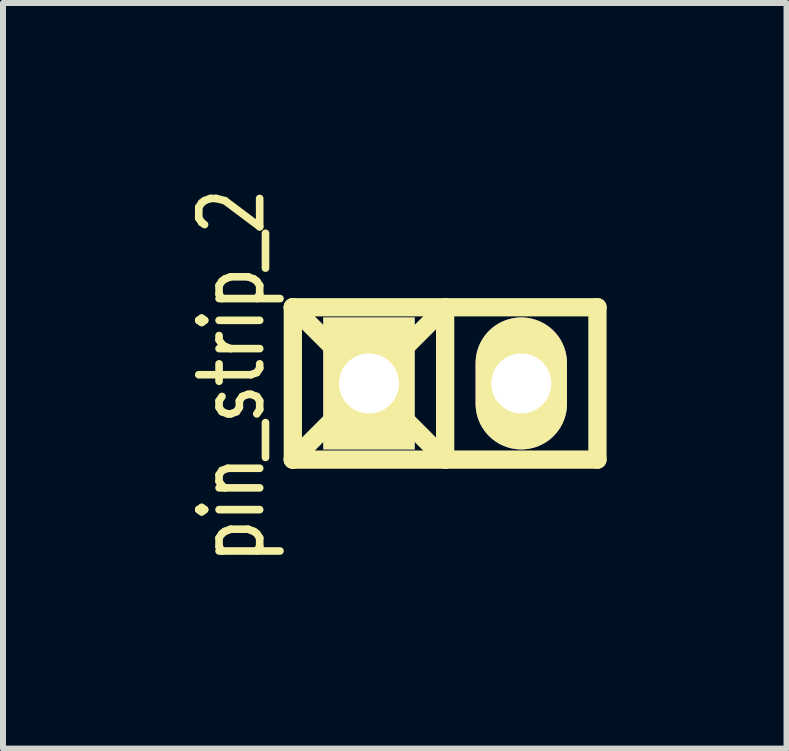
<source format=kicad_pcb>
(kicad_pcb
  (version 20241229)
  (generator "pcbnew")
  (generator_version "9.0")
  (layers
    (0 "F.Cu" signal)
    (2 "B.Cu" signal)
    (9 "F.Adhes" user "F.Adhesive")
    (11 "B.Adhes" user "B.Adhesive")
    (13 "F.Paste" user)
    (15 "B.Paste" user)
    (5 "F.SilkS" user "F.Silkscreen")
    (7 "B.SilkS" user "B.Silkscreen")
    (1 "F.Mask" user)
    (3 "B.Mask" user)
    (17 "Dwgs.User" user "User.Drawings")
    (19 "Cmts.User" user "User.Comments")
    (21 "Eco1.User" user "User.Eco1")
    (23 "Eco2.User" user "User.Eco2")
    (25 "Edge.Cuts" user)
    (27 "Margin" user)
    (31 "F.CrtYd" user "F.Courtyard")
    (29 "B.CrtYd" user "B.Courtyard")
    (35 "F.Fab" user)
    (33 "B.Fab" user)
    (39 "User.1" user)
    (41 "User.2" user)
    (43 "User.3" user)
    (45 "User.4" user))
  (footprint "pin_strip_2"
    (layer "F.Cu")
    (at 4.373 3.344)
    (property "Reference" "pin_strip_2" (at -3.556 -0.127 90) (layer "F.SilkS") (effects (font (size 1.016 0.762) (thickness 0.127))))
    (attr through_hole)
    (fp_line (start -2.54 -1.27) (end 2.54 -1.27) (stroke (width 0.305) (type solid)) (layer "F.SilkS"))
    (fp_line (start -2.54 1.27) (end -2.54 -1.27) (stroke (width 0.305) (type solid)) (layer "F.SilkS"))
    (fp_line (start -2.54 1.27) (end 0 -1.27) (stroke (width 0.305) (type solid)) (layer "F.SilkS"))
    (fp_line (start 0 -1.27) (end 0 1.27) (stroke (width 0.305) (type solid)) (layer "F.SilkS"))
    (fp_line (start 0 1.27) (end -2.54 -1.27) (stroke (width 0.305) (type solid)) (layer "F.SilkS"))
    (fp_line (start 2.54 -1.27) (end 2.54 1.27) (stroke (width 0.305) (type solid)) (layer "F.SilkS"))
    (fp_line (start 2.54 1.27) (end -2.54 1.27) (stroke (width 0.305) (type solid)) (layer "F.SilkS"))
    (pad "1" thru_hole rect (at -1.27 0) (size 1.524 2.2) (drill 1.001) (layers "*.Cu" "*.Mask" "F.SilkS"))
    (pad "2" thru_hole oval (at 1.27 0) (size 1.524 2.2) (drill 1.001) (layers "*.Cu" "*.Mask" "F.SilkS")))
  (gr_rect
    (start -3 -3)
    (end 10.066 9.433)
    (stroke (width 0.1) (type default))
    (fill no)
    (layer "Edge.Cuts")))
</source>
